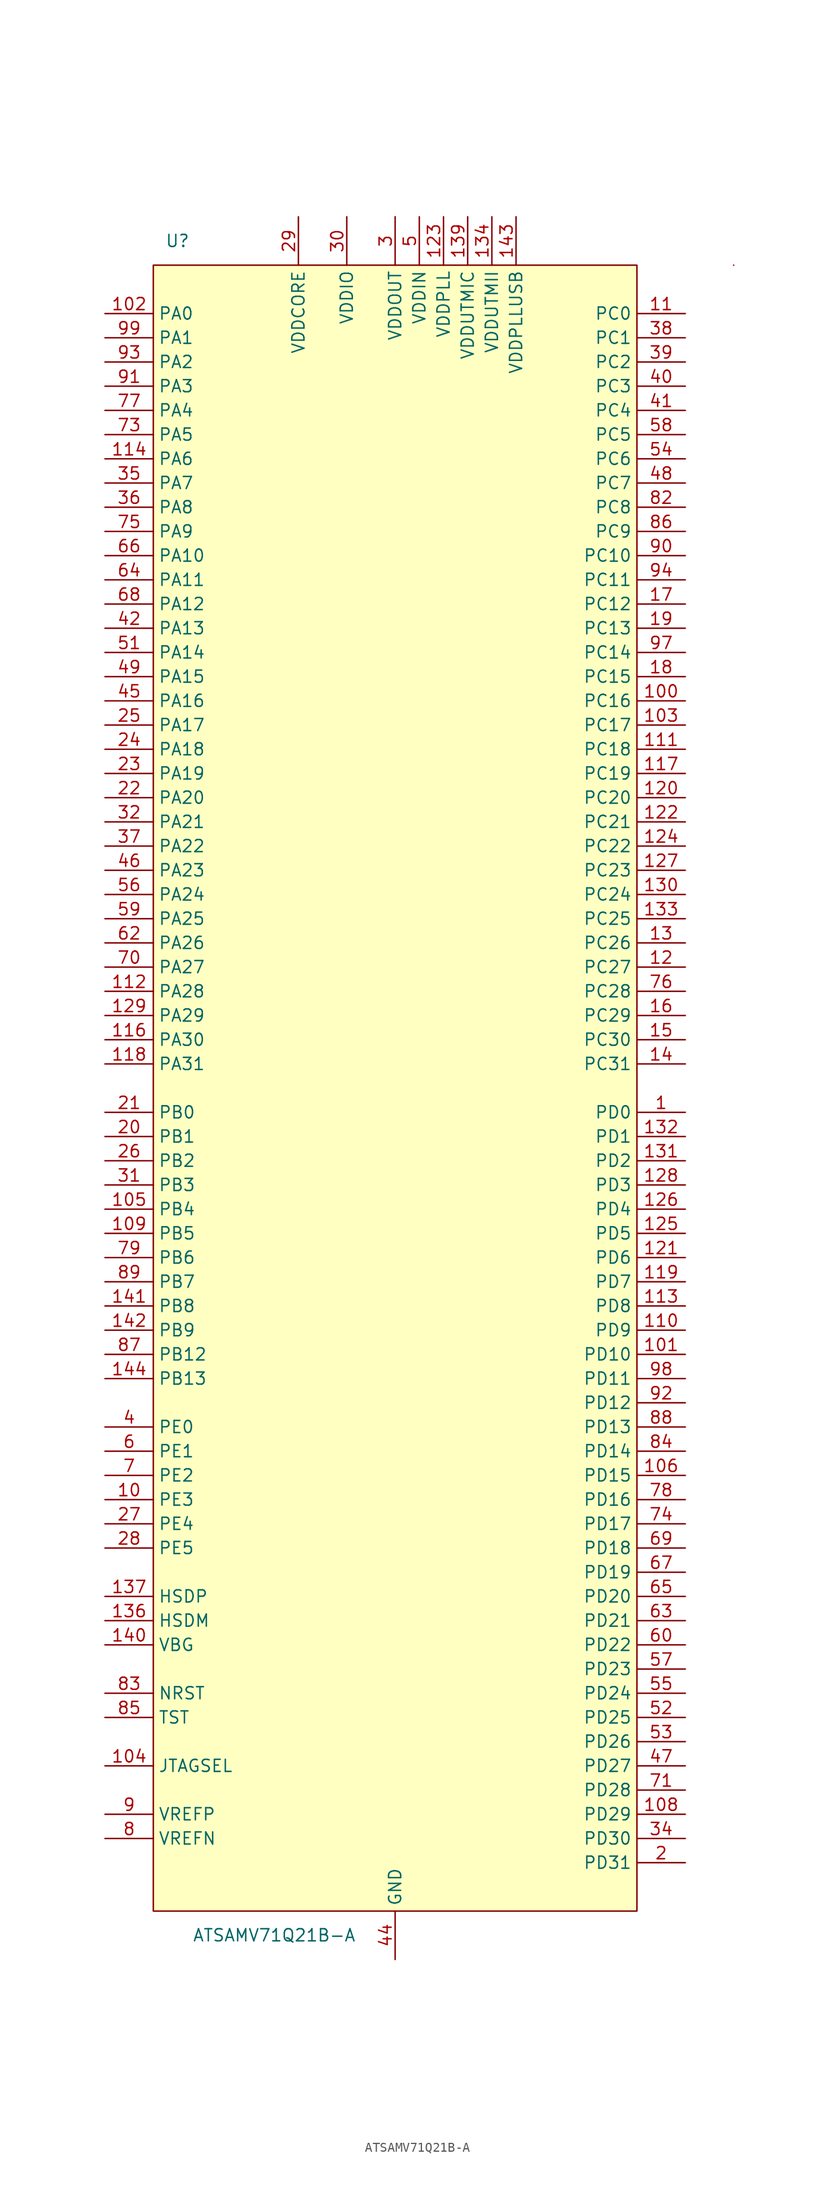
<source format=kicad_sym>
(kicad_symbol_lib
  (version 20201005)
  (generator kicad_symbol_editor)
  (symbol "ATSAMV71Q21B-A"
    (property "Reference" "U"
      (at -22.86 88.9 0)
      (effects (font (size 1.27 1.27))))
    (property "Value" "ATSAMV71Q21B-A"
      (at -12.7 -88.9 0)
      (effects (font (size 1.27 1.27))))
    (symbol "ATSAMV71Q21B-A_0_1"
      (rectangle (start 35.56 86.36) (end 35.56 86.36) (stroke (width 0)) (fill (type none)))
      (rectangle (start 25.4 86.36) (end -25.4 -86.36) (stroke (width 0)) (fill (type background))))
    (symbol "ATSAMV71Q21B-A_1_1"
      (pin bidirectional line (at 30.48 -2.54 180) (length 5.08) (name "PD0" (effects (font (size 1.27 1.27)))) (number "1" (effects (font (size 1.27 1.27)))))
      (pin bidirectional line (at -30.48 -43.18 0) (length 5.08) (name "PE3" (effects (font (size 1.27 1.27)))) (number "10" (effects (font (size 1.27 1.27)))))
      (pin bidirectional line (at 30.48 40.64 180) (length 5.08) (name "PC16" (effects (font (size 1.27 1.27)))) (number "100" (effects (font (size 1.27 1.27)))))
      (pin bidirectional line (at 30.48 -27.94 180) (length 5.08) (name "PD10" (effects (font (size 1.27 1.27)))) (number "101" (effects (font (size 1.27 1.27)))))
      (pin bidirectional line (at -30.48 81.28 0) (length 5.08) (name "PA0" (effects (font (size 1.27 1.27)))) (number "102" (effects (font (size 1.27 1.27)))))
      (pin bidirectional line (at 30.48 38.1 180) (length 5.08) (name "PC17" (effects (font (size 1.27 1.27)))) (number "103" (effects (font (size 1.27 1.27)))))
      (pin input line (at -30.48 -71.12 0) (length 5.08) (name "JTAGSEL" (effects (font (size 1.27 1.27)))) (number "104" (effects (font (size 1.27 1.27)))))
      (pin bidirectional line (at -30.48 -12.7 0) (length 5.08) (name "PB4" (effects (font (size 1.27 1.27)))) (number "105" (effects (font (size 1.27 1.27)))))
      (pin bidirectional line (at 30.48 -40.64 180) (length 5.08) (name "PD15" (effects (font (size 1.27 1.27)))) (number "106" (effects (font (size 1.27 1.27)))))
      (pin passive line (at -10.16 91.44 270) (length 5.08) hide (name "VDDCORE" (effects (font (size 1.27 1.27)))) (number "107" (effects (font (size 1.27 1.27)))))
      (pin bidirectional line (at 30.48 -76.2 180) (length 5.08) (name "PD29" (effects (font (size 1.27 1.27)))) (number "108" (effects (font (size 1.27 1.27)))))
      (pin bidirectional line (at -30.48 -15.24 0) (length 5.08) (name "PB5" (effects (font (size 1.27 1.27)))) (number "109" (effects (font (size 1.27 1.27)))))
      (pin bidirectional line (at 30.48 81.28 180) (length 5.08) (name "PC0" (effects (font (size 1.27 1.27)))) (number "11" (effects (font (size 1.27 1.27)))))
      (pin bidirectional line (at 30.48 -25.4 180) (length 5.08) (name "PD9" (effects (font (size 1.27 1.27)))) (number "110" (effects (font (size 1.27 1.27)))))
      (pin bidirectional line (at 30.48 35.56 180) (length 5.08) (name "PC18" (effects (font (size 1.27 1.27)))) (number "111" (effects (font (size 1.27 1.27)))))
      (pin bidirectional line (at -30.48 10.16 0) (length 5.08) (name "PA28" (effects (font (size 1.27 1.27)))) (number "112" (effects (font (size 1.27 1.27)))))
      (pin bidirectional line (at 30.48 -22.86 180) (length 5.08) (name "PD8" (effects (font (size 1.27 1.27)))) (number "113" (effects (font (size 1.27 1.27)))))
      (pin bidirectional line (at -30.48 66.04 0) (length 5.08) (name "PA6" (effects (font (size 1.27 1.27)))) (number "114" (effects (font (size 1.27 1.27)))))
      (pin passive line (at 0 -91.44 90) (length 5.08) hide (name "GND" (effects (font (size 1.27 1.27)))) (number "115" (effects (font (size 1.27 1.27)))))
      (pin bidirectional line (at -30.48 5.08 0) (length 5.08) (name "PA30" (effects (font (size 1.27 1.27)))) (number "116" (effects (font (size 1.27 1.27)))))
      (pin bidirectional line (at 30.48 33.02 180) (length 5.08) (name "PC19" (effects (font (size 1.27 1.27)))) (number "117" (effects (font (size 1.27 1.27)))))
      (pin bidirectional line (at -30.48 2.54 0) (length 5.08) (name "PA31" (effects (font (size 1.27 1.27)))) (number "118" (effects (font (size 1.27 1.27)))))
      (pin bidirectional line (at 30.48 -20.32 180) (length 5.08) (name "PD7" (effects (font (size 1.27 1.27)))) (number "119" (effects (font (size 1.27 1.27)))))
      (pin bidirectional line (at 30.48 12.7 180) (length 5.08) (name "PC27" (effects (font (size 1.27 1.27)))) (number "12" (effects (font (size 1.27 1.27)))))
      (pin bidirectional line (at 30.48 30.48 180) (length 5.08) (name "PC20" (effects (font (size 1.27 1.27)))) (number "120" (effects (font (size 1.27 1.27)))))
      (pin bidirectional line (at 30.48 -17.78 180) (length 5.08) (name "PD6" (effects (font (size 1.27 1.27)))) (number "121" (effects (font (size 1.27 1.27)))))
      (pin bidirectional line (at 30.48 27.94 180) (length 5.08) (name "PC21" (effects (font (size 1.27 1.27)))) (number "122" (effects (font (size 1.27 1.27)))))
      (pin power_in line (at 5.08 91.44 270) (length 5.08) (name "VDDPLL" (effects (font (size 1.27 1.27)))) (number "123" (effects (font (size 1.27 1.27)))))
      (pin bidirectional line (at 30.48 25.4 180) (length 5.08) (name "PC22" (effects (font (size 1.27 1.27)))) (number "124" (effects (font (size 1.27 1.27)))))
      (pin bidirectional line (at 30.48 -15.24 180) (length 5.08) (name "PD5" (effects (font (size 1.27 1.27)))) (number "125" (effects (font (size 1.27 1.27)))))
      (pin bidirectional line (at 30.48 -12.7 180) (length 5.08) (name "PD4" (effects (font (size 1.27 1.27)))) (number "126" (effects (font (size 1.27 1.27)))))
      (pin bidirectional line (at 30.48 22.86 180) (length 5.08) (name "PC23" (effects (font (size 1.27 1.27)))) (number "127" (effects (font (size 1.27 1.27)))))
      (pin bidirectional line (at 30.48 -10.16 180) (length 5.08) (name "PD3" (effects (font (size 1.27 1.27)))) (number "128" (effects (font (size 1.27 1.27)))))
      (pin bidirectional line (at -30.48 7.62 0) (length 5.08) (name "PA29" (effects (font (size 1.27 1.27)))) (number "129" (effects (font (size 1.27 1.27)))))
      (pin bidirectional line (at 30.48 15.24 180) (length 5.08) (name "PC26" (effects (font (size 1.27 1.27)))) (number "13" (effects (font (size 1.27 1.27)))))
      (pin bidirectional line (at 30.48 20.32 180) (length 5.08) (name "PC24" (effects (font (size 1.27 1.27)))) (number "130" (effects (font (size 1.27 1.27)))))
      (pin bidirectional line (at 30.48 -7.62 180) (length 5.08) (name "PD2" (effects (font (size 1.27 1.27)))) (number "131" (effects (font (size 1.27 1.27)))))
      (pin bidirectional line (at 30.48 -5.08 180) (length 5.08) (name "PD1" (effects (font (size 1.27 1.27)))) (number "132" (effects (font (size 1.27 1.27)))))
      (pin bidirectional line (at 30.48 17.78 180) (length 5.08) (name "PC25" (effects (font (size 1.27 1.27)))) (number "133" (effects (font (size 1.27 1.27)))))
      (pin power_in line (at 10.16 91.44 270) (length 5.08) (name "VDDUTMII" (effects (font (size 1.27 1.27)))) (number "134" (effects (font (size 1.27 1.27)))))
      (pin passive line (at 0 -91.44 90) (length 5.08) hide (name "GND" (effects (font (size 1.27 1.27)))) (number "135" (effects (font (size 1.27 1.27)))))
      (pin bidirectional line (at -30.48 -55.88 0) (length 5.08) (name "HSDM" (effects (font (size 1.27 1.27)))) (number "136" (effects (font (size 1.27 1.27)))))
      (pin bidirectional line (at -30.48 -53.34 0) (length 5.08) (name "HSDP" (effects (font (size 1.27 1.27)))) (number "137" (effects (font (size 1.27 1.27)))))
      (pin passive line (at 0 -91.44 90) (length 5.08) hide (name "GND" (effects (font (size 1.27 1.27)))) (number "138" (effects (font (size 1.27 1.27)))))
      (pin power_in line (at 7.62 91.44 270) (length 5.08) (name "VDDUTMIC" (effects (font (size 1.27 1.27)))) (number "139" (effects (font (size 1.27 1.27)))))
      (pin bidirectional line (at 30.48 2.54 180) (length 5.08) (name "PC31" (effects (font (size 1.27 1.27)))) (number "14" (effects (font (size 1.27 1.27)))))
      (pin input line (at -30.48 -58.42 0) (length 5.08) (name "VBG" (effects (font (size 1.27 1.27)))) (number "140" (effects (font (size 1.27 1.27)))))
      (pin bidirectional line (at -30.48 -22.86 0) (length 5.08) (name "PB8" (effects (font (size 1.27 1.27)))) (number "141" (effects (font (size 1.27 1.27)))))
      (pin bidirectional line (at -30.48 -25.4 0) (length 5.08) (name "PB9" (effects (font (size 1.27 1.27)))) (number "142" (effects (font (size 1.27 1.27)))))
      (pin power_in line (at 12.7 91.44 270) (length 5.08) (name "VDDPLLUSB" (effects (font (size 1.27 1.27)))) (number "143" (effects (font (size 1.27 1.27)))))
      (pin bidirectional line (at -30.48 -30.48 0) (length 5.08) (name "PB13" (effects (font (size 1.27 1.27)))) (number "144" (effects (font (size 1.27 1.27)))))
      (pin bidirectional line (at 30.48 5.08 180) (length 5.08) (name "PC30" (effects (font (size 1.27 1.27)))) (number "15" (effects (font (size 1.27 1.27)))))
      (pin bidirectional line (at 30.48 7.62 180) (length 5.08) (name "PC29" (effects (font (size 1.27 1.27)))) (number "16" (effects (font (size 1.27 1.27)))))
      (pin bidirectional line (at 30.48 50.8 180) (length 5.08) (name "PC12" (effects (font (size 1.27 1.27)))) (number "17" (effects (font (size 1.27 1.27)))))
      (pin bidirectional line (at 30.48 43.18 180) (length 5.08) (name "PC15" (effects (font (size 1.27 1.27)))) (number "18" (effects (font (size 1.27 1.27)))))
      (pin bidirectional line (at 30.48 48.26 180) (length 5.08) (name "PC13" (effects (font (size 1.27 1.27)))) (number "19" (effects (font (size 1.27 1.27)))))
      (pin bidirectional line (at 30.48 -81.28 180) (length 5.08) (name "PD31" (effects (font (size 1.27 1.27)))) (number "2" (effects (font (size 1.27 1.27)))))
      (pin bidirectional line (at -30.48 -5.08 0) (length 5.08) (name "PB1" (effects (font (size 1.27 1.27)))) (number "20" (effects (font (size 1.27 1.27)))))
      (pin bidirectional line (at -30.48 -2.54 0) (length 5.08) (name "PB0" (effects (font (size 1.27 1.27)))) (number "21" (effects (font (size 1.27 1.27)))))
      (pin bidirectional line (at -30.48 30.48 0) (length 5.08) (name "PA20" (effects (font (size 1.27 1.27)))) (number "22" (effects (font (size 1.27 1.27)))))
      (pin bidirectional line (at -30.48 33.02 0) (length 5.08) (name "PA19" (effects (font (size 1.27 1.27)))) (number "23" (effects (font (size 1.27 1.27)))))
      (pin bidirectional line (at -30.48 35.56 0) (length 5.08) (name "PA18" (effects (font (size 1.27 1.27)))) (number "24" (effects (font (size 1.27 1.27)))))
      (pin bidirectional line (at -30.48 38.1 0) (length 5.08) (name "PA17" (effects (font (size 1.27 1.27)))) (number "25" (effects (font (size 1.27 1.27)))))
      (pin bidirectional line (at -30.48 -7.62 0) (length 5.08) (name "PB2" (effects (font (size 1.27 1.27)))) (number "26" (effects (font (size 1.27 1.27)))))
      (pin bidirectional line (at -30.48 -45.72 0) (length 5.08) (name "PE4" (effects (font (size 1.27 1.27)))) (number "27" (effects (font (size 1.27 1.27)))))
      (pin bidirectional line (at -30.48 -48.26 0) (length 5.08) (name "PE5" (effects (font (size 1.27 1.27)))) (number "28" (effects (font (size 1.27 1.27)))))
      (pin power_in line (at -10.16 91.44 270) (length 5.08) (name "VDDCORE" (effects (font (size 1.27 1.27)))) (number "29" (effects (font (size 1.27 1.27)))))
      (pin power_in line (at 0 91.44 270) (length 5.08) (name "VDDOUT" (effects (font (size 1.27 1.27)))) (number "3" (effects (font (size 1.27 1.27)))))
      (pin power_in line (at -5.08 91.44 270) (length 5.08) (name "VDDIO" (effects (font (size 1.27 1.27)))) (number "30" (effects (font (size 1.27 1.27)))))
      (pin bidirectional line (at -30.48 -10.16 0) (length 5.08) (name "PB3" (effects (font (size 1.27 1.27)))) (number "31" (effects (font (size 1.27 1.27)))))
      (pin bidirectional line (at -30.48 27.94 0) (length 5.08) (name "PA21" (effects (font (size 1.27 1.27)))) (number "32" (effects (font (size 1.27 1.27)))))
      (pin passive line (at -10.16 91.44 270) (length 5.08) hide (name "VDDCORE" (effects (font (size 1.27 1.27)))) (number "33" (effects (font (size 1.27 1.27)))))
      (pin bidirectional line (at 30.48 -78.74 180) (length 5.08) (name "PD30" (effects (font (size 1.27 1.27)))) (number "34" (effects (font (size 1.27 1.27)))))
      (pin bidirectional line (at -30.48 63.5 0) (length 5.08) (name "PA7" (effects (font (size 1.27 1.27)))) (number "35" (effects (font (size 1.27 1.27)))))
      (pin bidirectional line (at -30.48 60.96 0) (length 5.08) (name "PA8" (effects (font (size 1.27 1.27)))) (number "36" (effects (font (size 1.27 1.27)))))
      (pin bidirectional line (at -30.48 25.4 0) (length 5.08) (name "PA22" (effects (font (size 1.27 1.27)))) (number "37" (effects (font (size 1.27 1.27)))))
      (pin bidirectional line (at 30.48 78.74 180) (length 5.08) (name "PC1" (effects (font (size 1.27 1.27)))) (number "38" (effects (font (size 1.27 1.27)))))
      (pin bidirectional line (at 30.48 76.2 180) (length 5.08) (name "PC2" (effects (font (size 1.27 1.27)))) (number "39" (effects (font (size 1.27 1.27)))))
      (pin bidirectional line (at -30.48 -35.56 0) (length 5.08) (name "PE0" (effects (font (size 1.27 1.27)))) (number "4" (effects (font (size 1.27 1.27)))))
      (pin bidirectional line (at 30.48 73.66 180) (length 5.08) (name "PC3" (effects (font (size 1.27 1.27)))) (number "40" (effects (font (size 1.27 1.27)))))
      (pin bidirectional line (at 30.48 71.12 180) (length 5.08) (name "PC4" (effects (font (size 1.27 1.27)))) (number "41" (effects (font (size 1.27 1.27)))))
      (pin bidirectional line (at -30.48 48.26 0) (length 5.08) (name "PA13" (effects (font (size 1.27 1.27)))) (number "42" (effects (font (size 1.27 1.27)))))
      (pin passive line (at -5.08 91.44 270) (length 5.08) hide (name "VDDIO" (effects (font (size 1.27 1.27)))) (number "43" (effects (font (size 1.27 1.27)))))
      (pin power_in line (at 0 -91.44 90) (length 5.08) (name "GND" (effects (font (size 1.27 1.27)))) (number "44" (effects (font (size 1.27 1.27)))))
      (pin bidirectional line (at -30.48 40.64 0) (length 5.08) (name "PA16" (effects (font (size 1.27 1.27)))) (number "45" (effects (font (size 1.27 1.27)))))
      (pin bidirectional line (at -30.48 22.86 0) (length 5.08) (name "PA23" (effects (font (size 1.27 1.27)))) (number "46" (effects (font (size 1.27 1.27)))))
      (pin bidirectional line (at 30.48 -71.12 180) (length 5.08) (name "PD27" (effects (font (size 1.27 1.27)))) (number "47" (effects (font (size 1.27 1.27)))))
      (pin bidirectional line (at 30.48 63.5 180) (length 5.08) (name "PC7" (effects (font (size 1.27 1.27)))) (number "48" (effects (font (size 1.27 1.27)))))
      (pin bidirectional line (at -30.48 43.18 0) (length 5.08) (name "PA15" (effects (font (size 1.27 1.27)))) (number "49" (effects (font (size 1.27 1.27)))))
      (pin power_in line (at 2.54 91.44 270) (length 5.08) (name "VDDIN" (effects (font (size 1.27 1.27)))) (number "5" (effects (font (size 1.27 1.27)))))
      (pin passive line (at -10.16 91.44 270) (length 5.08) hide (name "VDDCORE" (effects (font (size 1.27 1.27)))) (number "50" (effects (font (size 1.27 1.27)))))
      (pin bidirectional line (at -30.48 45.72 0) (length 5.08) (name "PA14" (effects (font (size 1.27 1.27)))) (number "51" (effects (font (size 1.27 1.27)))))
      (pin bidirectional line (at 30.48 -66.04 180) (length 5.08) (name "PD25" (effects (font (size 1.27 1.27)))) (number "52" (effects (font (size 1.27 1.27)))))
      (pin bidirectional line (at 30.48 -68.58 180) (length 5.08) (name "PD26" (effects (font (size 1.27 1.27)))) (number "53" (effects (font (size 1.27 1.27)))))
      (pin bidirectional line (at 30.48 66.04 180) (length 5.08) (name "PC6" (effects (font (size 1.27 1.27)))) (number "54" (effects (font (size 1.27 1.27)))))
      (pin bidirectional line (at 30.48 -63.5 180) (length 5.08) (name "PD24" (effects (font (size 1.27 1.27)))) (number "55" (effects (font (size 1.27 1.27)))))
      (pin bidirectional line (at -30.48 20.32 0) (length 5.08) (name "PA24" (effects (font (size 1.27 1.27)))) (number "56" (effects (font (size 1.27 1.27)))))
      (pin bidirectional line (at 30.48 -60.96 180) (length 5.08) (name "PD23" (effects (font (size 1.27 1.27)))) (number "57" (effects (font (size 1.27 1.27)))))
      (pin bidirectional line (at 30.48 68.58 180) (length 5.08) (name "PC5" (effects (font (size 1.27 1.27)))) (number "58" (effects (font (size 1.27 1.27)))))
      (pin bidirectional line (at -30.48 17.78 0) (length 5.08) (name "PA25" (effects (font (size 1.27 1.27)))) (number "59" (effects (font (size 1.27 1.27)))))
      (pin bidirectional line (at -30.48 -38.1 0) (length 5.08) (name "PE1" (effects (font (size 1.27 1.27)))) (number "6" (effects (font (size 1.27 1.27)))))
      (pin bidirectional line (at 30.48 -58.42 180) (length 5.08) (name "PD22" (effects (font (size 1.27 1.27)))) (number "60" (effects (font (size 1.27 1.27)))))
      (pin passive line (at 0 -91.44 90) (length 5.08) hide (name "GND" (effects (font (size 1.27 1.27)))) (number "61" (effects (font (size 1.27 1.27)))))
      (pin bidirectional line (at -30.48 15.24 0) (length 5.08) (name "PA26" (effects (font (size 1.27 1.27)))) (number "62" (effects (font (size 1.27 1.27)))))
      (pin bidirectional line (at 30.48 -55.88 180) (length 5.08) (name "PD21" (effects (font (size 1.27 1.27)))) (number "63" (effects (font (size 1.27 1.27)))))
      (pin bidirectional line (at -30.48 53.34 0) (length 5.08) (name "PA11" (effects (font (size 1.27 1.27)))) (number "64" (effects (font (size 1.27 1.27)))))
      (pin bidirectional line (at 30.48 -53.34 180) (length 5.08) (name "PD20" (effects (font (size 1.27 1.27)))) (number "65" (effects (font (size 1.27 1.27)))))
      (pin bidirectional line (at -30.48 55.88 0) (length 5.08) (name "PA10" (effects (font (size 1.27 1.27)))) (number "66" (effects (font (size 1.27 1.27)))))
      (pin bidirectional line (at 30.48 -50.8 180) (length 5.08) (name "PD19" (effects (font (size 1.27 1.27)))) (number "67" (effects (font (size 1.27 1.27)))))
      (pin bidirectional line (at -30.48 50.8 0) (length 5.08) (name "PA12" (effects (font (size 1.27 1.27)))) (number "68" (effects (font (size 1.27 1.27)))))
      (pin bidirectional line (at 30.48 -48.26 180) (length 5.08) (name "PD18" (effects (font (size 1.27 1.27)))) (number "69" (effects (font (size 1.27 1.27)))))
      (pin bidirectional line (at -30.48 -40.64 0) (length 5.08) (name "PE2" (effects (font (size 1.27 1.27)))) (number "7" (effects (font (size 1.27 1.27)))))
      (pin bidirectional line (at -30.48 12.7 0) (length 5.08) (name "PA27" (effects (font (size 1.27 1.27)))) (number "70" (effects (font (size 1.27 1.27)))))
      (pin bidirectional line (at 30.48 -73.66 180) (length 5.08) (name "PD28" (effects (font (size 1.27 1.27)))) (number "71" (effects (font (size 1.27 1.27)))))
      (pin passive line (at -5.08 91.44 270) (length 5.08) hide (name "VDDIO" (effects (font (size 1.27 1.27)))) (number "72" (effects (font (size 1.27 1.27)))))
      (pin bidirectional line (at -30.48 68.58 0) (length 5.08) (name "PA5" (effects (font (size 1.27 1.27)))) (number "73" (effects (font (size 1.27 1.27)))))
      (pin bidirectional line (at 30.48 -45.72 180) (length 5.08) (name "PD17" (effects (font (size 1.27 1.27)))) (number "74" (effects (font (size 1.27 1.27)))))
      (pin bidirectional line (at -30.48 58.42 0) (length 5.08) (name "PA9" (effects (font (size 1.27 1.27)))) (number "75" (effects (font (size 1.27 1.27)))))
      (pin bidirectional line (at 30.48 10.16 180) (length 5.08) (name "PC28" (effects (font (size 1.27 1.27)))) (number "76" (effects (font (size 1.27 1.27)))))
      (pin bidirectional line (at -30.48 71.12 0) (length 5.08) (name "PA4" (effects (font (size 1.27 1.27)))) (number "77" (effects (font (size 1.27 1.27)))))
      (pin bidirectional line (at 30.48 -43.18 180) (length 5.08) (name "PD16" (effects (font (size 1.27 1.27)))) (number "78" (effects (font (size 1.27 1.27)))))
      (pin bidirectional line (at -30.48 -17.78 0) (length 5.08) (name "PB6" (effects (font (size 1.27 1.27)))) (number "79" (effects (font (size 1.27 1.27)))))
      (pin bidirectional line (at -30.48 -78.74 0) (length 5.08) (name "VREFN" (effects (font (size 1.27 1.27)))) (number "8" (effects (font (size 1.27 1.27)))))
      (pin passive line (at -5.08 91.44 270) (length 5.08) hide (name "VDDIO" (effects (font (size 1.27 1.27)))) (number "80" (effects (font (size 1.27 1.27)))))
      (pin passive line (at -10.16 91.44 270) (length 5.08) hide (name "VDDCORE" (effects (font (size 1.27 1.27)))) (number "81" (effects (font (size 1.27 1.27)))))
      (pin bidirectional line (at 30.48 60.96 180) (length 5.08) (name "PC8" (effects (font (size 1.27 1.27)))) (number "82" (effects (font (size 1.27 1.27)))))
      (pin bidirectional line (at -30.48 -63.5 0) (length 5.08) (name "NRST" (effects (font (size 1.27 1.27)))) (number "83" (effects (font (size 1.27 1.27)))))
      (pin bidirectional line (at 30.48 -38.1 180) (length 5.08) (name "PD14" (effects (font (size 1.27 1.27)))) (number "84" (effects (font (size 1.27 1.27)))))
      (pin input line (at -30.48 -66.04 0) (length 5.08) (name "TST" (effects (font (size 1.27 1.27)))) (number "85" (effects (font (size 1.27 1.27)))))
      (pin bidirectional line (at 30.48 58.42 180) (length 5.08) (name "PC9" (effects (font (size 1.27 1.27)))) (number "86" (effects (font (size 1.27 1.27)))))
      (pin bidirectional line (at -30.48 -27.94 0) (length 5.08) (name "PB12" (effects (font (size 1.27 1.27)))) (number "87" (effects (font (size 1.27 1.27)))))
      (pin bidirectional line (at 30.48 -35.56 180) (length 5.08) (name "PD13" (effects (font (size 1.27 1.27)))) (number "88" (effects (font (size 1.27 1.27)))))
      (pin bidirectional line (at -30.48 -20.32 0) (length 5.08) (name "PB7" (effects (font (size 1.27 1.27)))) (number "89" (effects (font (size 1.27 1.27)))))
      (pin input line (at -30.48 -76.2 0) (length 5.08) (name "VREFP" (effects (font (size 1.27 1.27)))) (number "9" (effects (font (size 1.27 1.27)))))
      (pin bidirectional line (at 30.48 55.88 180) (length 5.08) (name "PC10" (effects (font (size 1.27 1.27)))) (number "90" (effects (font (size 1.27 1.27)))))
      (pin bidirectional line (at -30.48 73.66 0) (length 5.08) (name "PA3" (effects (font (size 1.27 1.27)))) (number "91" (effects (font (size 1.27 1.27)))))
      (pin bidirectional line (at 30.48 -33.02 180) (length 5.08) (name "PD12" (effects (font (size 1.27 1.27)))) (number "92" (effects (font (size 1.27 1.27)))))
      (pin bidirectional line (at -30.48 76.2 0) (length 5.08) (name "PA2" (effects (font (size 1.27 1.27)))) (number "93" (effects (font (size 1.27 1.27)))))
      (pin bidirectional line (at 30.48 53.34 180) (length 5.08) (name "PC11" (effects (font (size 1.27 1.27)))) (number "94" (effects (font (size 1.27 1.27)))))
      (pin passive line (at 0 -91.44 90) (length 5.08) hide (name "GND" (effects (font (size 1.27 1.27)))) (number "95" (effects (font (size 1.27 1.27)))))
      (pin passive line (at -5.08 91.44 270) (length 5.08) hide (name "VDDIO" (effects (font (size 1.27 1.27)))) (number "96" (effects (font (size 1.27 1.27)))))
      (pin bidirectional line (at 30.48 45.72 180) (length 5.08) (name "PC14" (effects (font (size 1.27 1.27)))) (number "97" (effects (font (size 1.27 1.27)))))
      (pin bidirectional line (at 30.48 -30.48 180) (length 5.08) (name "PD11" (effects (font (size 1.27 1.27)))) (number "98" (effects (font (size 1.27 1.27)))))
      (pin bidirectional line (at -30.48 78.74 0) (length 5.08) (name "PA1" (effects (font (size 1.27 1.27)))) (number "99" (effects (font (size 1.27 1.27))))))))
</source>
